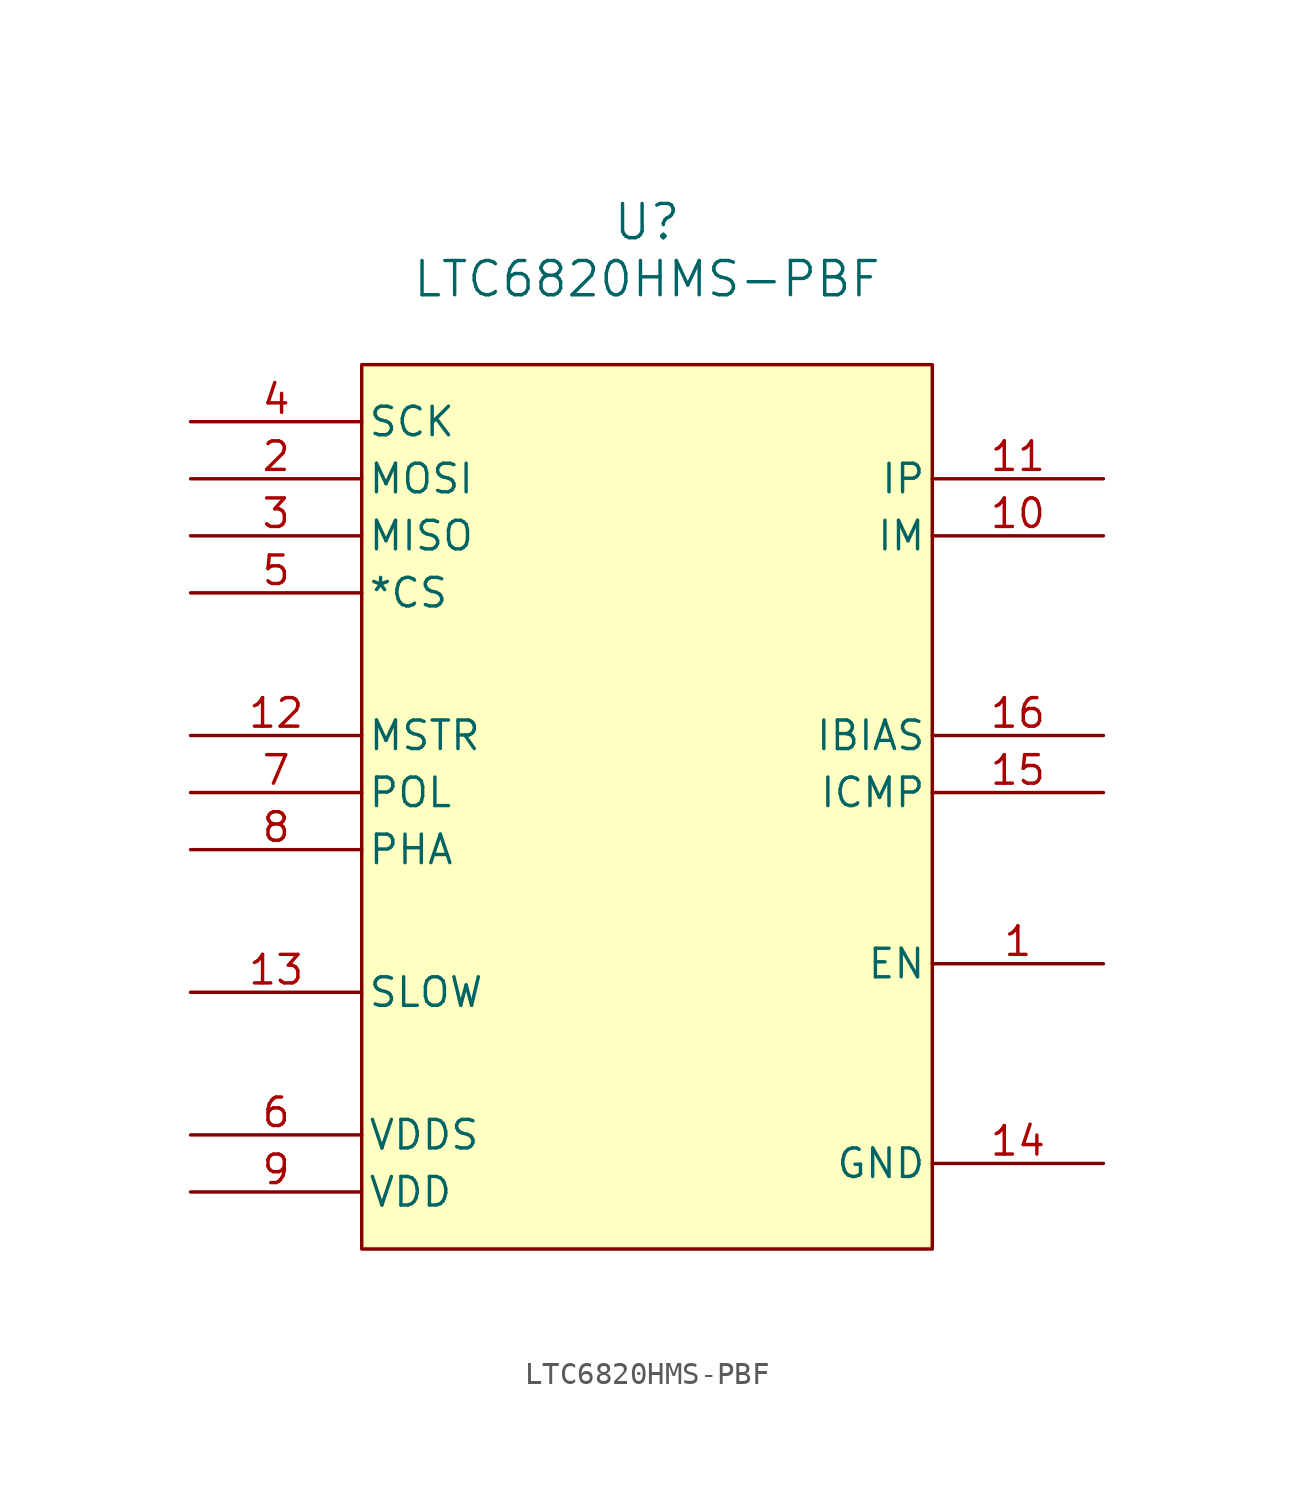
<source format=kicad_sym>
(kicad_symbol_lib
  (version 20220914)
  (generator kicad_symbol_editor)
  (symbol "LTC6820HMS-PBF"
    (pin_names
      (offset 0.254))
    (property "Reference" "U"
      (at 20.32 10.16 0)
      (effects (font (size 1.524 1.524))))
    (property "Value" "LTC6820HMS-PBF"
      (at 20.32 7.62 0)
      (effects (font (size 1.524 1.524))))
    (property "ki_locked" ""
      (at 0 0 0)
      (effects (font (size 1.27 1.27))))
    (symbol "LTC6820HMS-PBF_0_1"
      (pin input line (at 40.64 -22.86 180) (length 7.62) (name "EN" (effects (font (size 1.27 1.27)))) (number "1" (effects (font (size 1.27 1.27)))))
      (pin bidirectional line (at 40.64 -3.81 180) (length 7.62) (name "IM" (effects (font (size 1.27 1.27)))) (number "10" (effects (font (size 1.27 1.27)))))
      (pin bidirectional line (at 40.64 -1.27 180) (length 7.62) (name "IP" (effects (font (size 1.27 1.27)))) (number "11" (effects (font (size 1.27 1.27)))))
      (pin input line (at 0 -12.7 0) (length 7.62) (name "MSTR" (effects (font (size 1.27 1.27)))) (number "12" (effects (font (size 1.27 1.27)))))
      (pin input line (at 0 -24.13 0) (length 7.62) (name "SLOW" (effects (font (size 1.27 1.27)))) (number "13" (effects (font (size 1.27 1.27)))))
      (pin power_out line (at 40.64 -31.75 180) (length 7.62) (name "GND" (effects (font (size 1.27 1.27)))) (number "14" (effects (font (size 1.27 1.27)))))
      (pin unspecified line (at 40.64 -15.24 180) (length 7.62) (name "ICMP" (effects (font (size 1.27 1.27)))) (number "15" (effects (font (size 1.27 1.27)))))
      (pin power_in line (at 40.64 -12.7 180) (length 7.62) (name "IBIAS" (effects (font (size 1.27 1.27)))) (number "16" (effects (font (size 1.27 1.27)))))
      (pin bidirectional line (at 0 -1.27 0) (length 7.62) (name "MOSI" (effects (font (size 1.27 1.27)))) (number "2" (effects (font (size 1.27 1.27)))))
      (pin bidirectional line (at 0 -3.81 0) (length 7.62) (name "MISO" (effects (font (size 1.27 1.27)))) (number "3" (effects (font (size 1.27 1.27)))))
      (pin bidirectional line (at 0 1.27 0) (length 7.62) (name "SCK" (effects (font (size 1.27 1.27)))) (number "4" (effects (font (size 1.27 1.27)))))
      (pin power_in line (at 0 -30.48 0) (length 7.62) (name "VDDS" (effects (font (size 1.27 1.27)))) (number "6" (effects (font (size 1.27 1.27)))))
      (pin input line (at 0 -15.24 0) (length 7.62) (name "POL" (effects (font (size 1.27 1.27)))) (number "7" (effects (font (size 1.27 1.27)))))
      (pin input line (at 0 -17.78 0) (length 7.62) (name "PHA" (effects (font (size 1.27 1.27)))) (number "8" (effects (font (size 1.27 1.27)))))
      (pin power_in line (at 0 -33.02 0) (length 7.62) (name "VDD" (effects (font (size 1.27 1.27)))) (number "9" (effects (font (size 1.27 1.27))))))
    (symbol "LTC6820HMS-PBF_1_1"
      (rectangle (start 7.62 3.81) (end 33.02 -35.56) (stroke (width 0) (type default)) (fill (type background)))
      (pin bidirectional line (at 0 -6.35 0) (length 7.62) (name "*CS" (effects (font (size 1.27 1.27)))) (number "5" (effects (font (size 1.27 1.27))))))))
</source>
